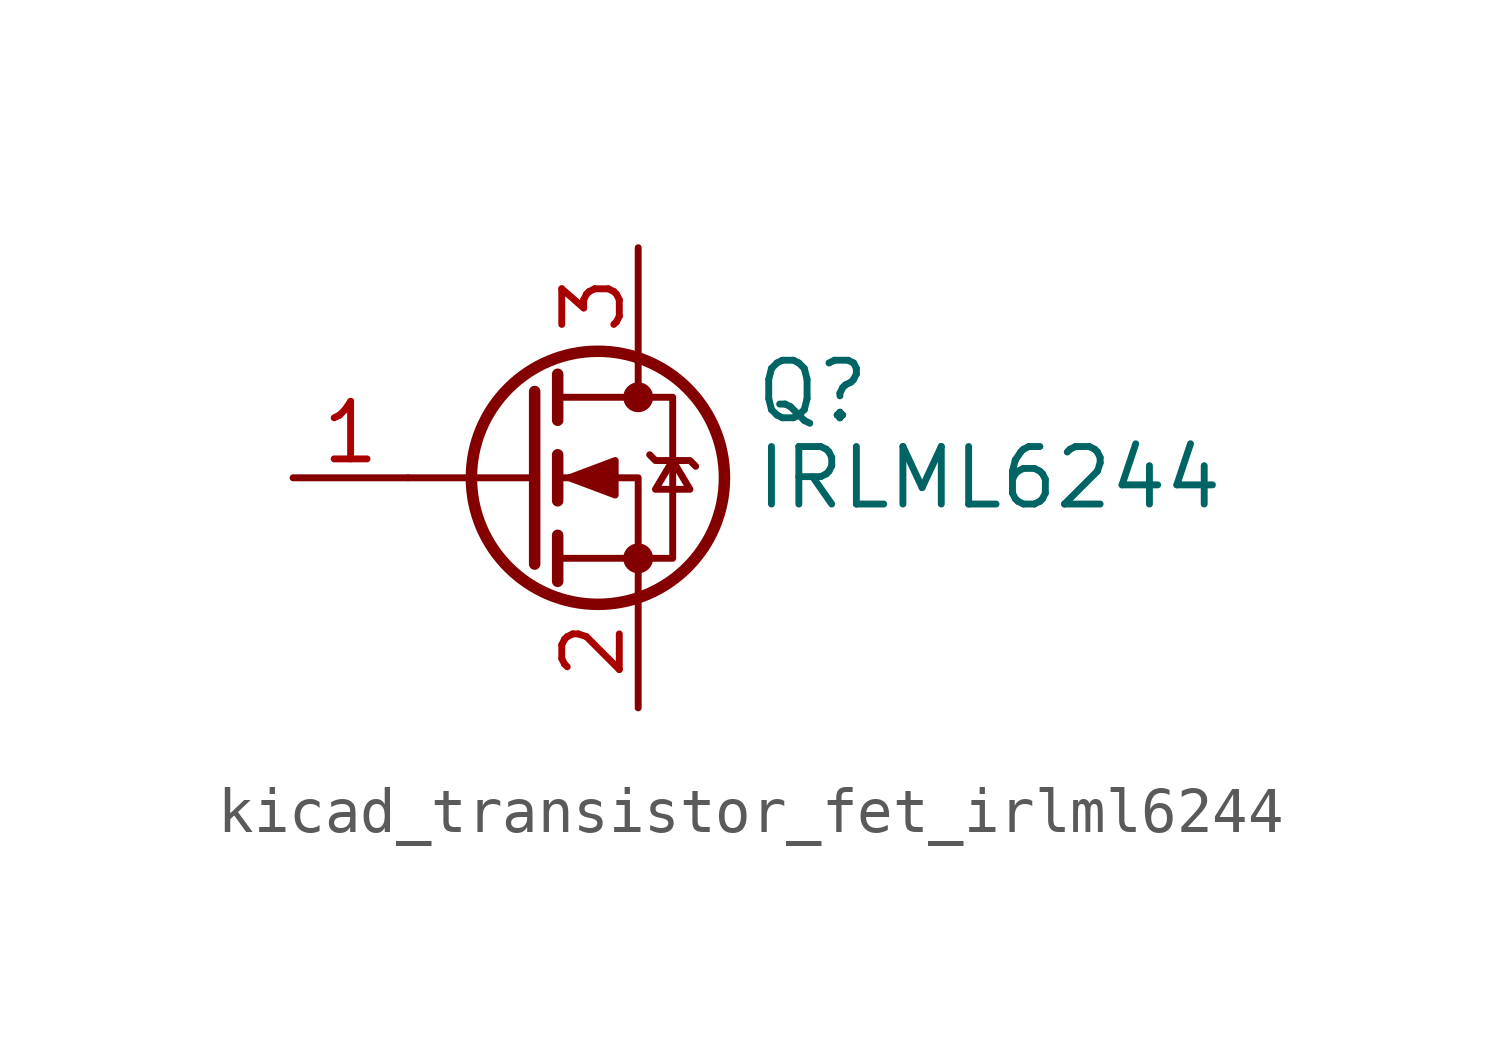
<source format=kicad_sym>
(kicad_symbol_lib
  (version 20220914)
  (generator kicad_symbol_editor)
  (symbol "kicad_transistor_fet_irlml6244"
    (pin_names hide)
    (property "Reference" "Q"
      (at 5.08 1.905 0)
      (effects (font (size 1.27 1.27)) (justify left)))
    (property "Value" "IRLML6244"
      (at 5.08 0 0)
      (effects (font (size 1.27 1.27)) (justify left)))
    (symbol "kicad_transistor_fet_irlml6244_0_1"
      (polyline (pts (xy 0.254 0) (xy -2.54 0)) (stroke (width 0) (type default)) (fill (type none)))
      (polyline (pts (xy 0.254 1.905) (xy 0.254 -1.905)) (stroke (width 0.254) (type default)) (fill (type none)))
      (polyline (pts (xy 0.762 -1.27) (xy 0.762 -2.286)) (stroke (width 0.254) (type default)) (fill (type none)))
      (polyline (pts (xy 0.762 0.508) (xy 0.762 -0.508)) (stroke (width 0.254) (type default)) (fill (type none)))
      (polyline (pts (xy 0.762 2.286) (xy 0.762 1.27)) (stroke (width 0.254) (type default)) (fill (type none)))
      (polyline (pts (xy 2.54 2.54) (xy 2.54 1.778)) (stroke (width 0) (type default)) (fill (type none)))
      (polyline (pts (xy 2.54 -2.54) (xy 2.54 0) (xy 0.762 0)) (stroke (width 0) (type default)) (fill (type none)))
      (polyline (pts (xy 0.762 -1.778) (xy 3.302 -1.778) (xy 3.302 1.778) (xy 0.762 1.778)) (stroke (width 0) (type default)) (fill (type none)))
      (polyline (pts (xy 1.016 0) (xy 2.032 0.381) (xy 2.032 -0.381) (xy 1.016 0)) (stroke (width 0) (type default)) (fill (type outline)))
      (polyline (pts (xy 2.794 0.508) (xy 2.921 0.381) (xy 3.683 0.381) (xy 3.81 0.254)) (stroke (width 0) (type default)) (fill (type none)))
      (polyline (pts (xy 3.302 0.381) (xy 2.921 -0.254) (xy 3.683 -0.254) (xy 3.302 0.381)) (stroke (width 0) (type default)) (fill (type none)))
      (circle (center 1.651 0) (radius 2.794) (stroke (width 0.254) (type default)) (fill (type none)))
      (circle (center 2.54 -1.778) (radius 0.254) (stroke (width 0) (type default)) (fill (type outline)))
      (circle (center 2.54 1.778) (radius 0.254) (stroke (width 0) (type default)) (fill (type outline))))
    (symbol "kicad_transistor_fet_irlml6244_1_1"
      (pin input line (at -5.08 0 0) (length 2.54) (name "G" (effects (font (size 1.27 1.27)))) (number "1" (effects (font (size 1.27 1.27)))))
      (pin passive line (at 2.54 -5.08 90) (length 2.54) (name "S" (effects (font (size 1.27 1.27)))) (number "2" (effects (font (size 1.27 1.27)))))
      (pin passive line (at 2.54 5.08 270) (length 2.54) (name "D" (effects (font (size 1.27 1.27)))) (number "3" (effects (font (size 1.27 1.27))))))))
</source>
